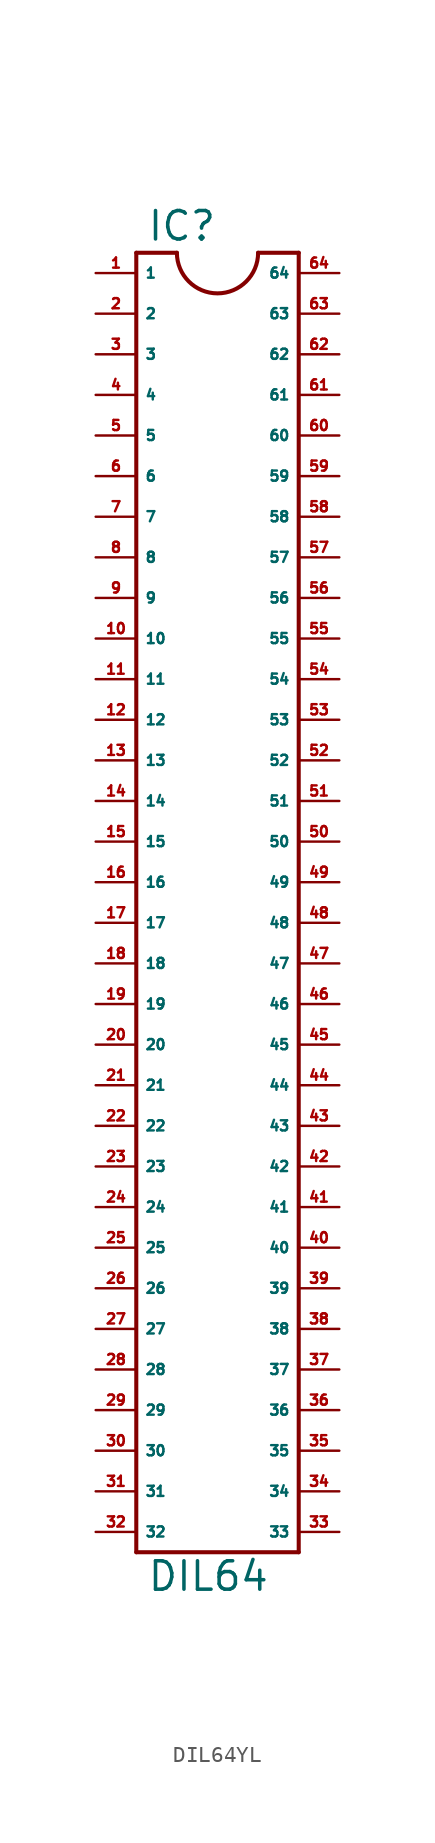
<source format=kicad_sym>
(kicad_symbol_lib
  (version 20220914)
  (generator Eagle2Kicad)
  (symbol "DIL64YL"
    (property "Reference" "IC"
      (at -4.445 40.005 0)
      (effects (font (size 1.778 1.778) (thickness 0.22)) (justify left bottom)))
    (property "Value" "DIL64"
      (at -4.445 -44.45 0)
      (effects (font (size 1.778 1.778) (thickness 0.22)) (justify left bottom)))
    (polyline
      (pts (xy -5.08 39.37) (xy -5.08 -41.91))
      (stroke (width 0.254) (type default))
      (fill (type none)))
    (polyline
      (pts (xy -5.08 -41.91) (xy 5.08 -41.91))
      (stroke (width 0.254) (type default))
      (fill (type none)))
    (polyline
      (pts (xy 5.08 -41.91) (xy 5.08 39.37))
      (stroke (width 0.254) (type default))
      (fill (type none)))
    (polyline
      (pts (xy 5.08 39.37) (xy 2.54 39.37))
      (stroke (width 0.254) (type default))
      (fill (type none)))
    (polyline
      (pts (xy -5.08 39.37) (xy -2.54 39.37))
      (stroke (width 0.254) (type default))
      (fill (type none)))
    (arc
      (start -2.54 39.37)
      (mid 0.000 36.830)
      (end 2.54 39.37)
      (stroke (width 0.254) (type default))
      (fill (type none)))
    (pin passive line
      (at -7.62 38.1 0)
      (length 2.54)
      (name "1" (effects (font (size 0.635 0.635) (thickness 0.08)) (justify left bottom)))
      (number "1" (effects (font (size 0.635 0.635) (thickness 0.08)) (justify left bottom))))
    (pin passive line
      (at -7.62 35.56 0)
      (length 2.54)
      (name "2" (effects (font (size 0.635 0.635) (thickness 0.08)) (justify left bottom)))
      (number "2" (effects (font (size 0.635 0.635) (thickness 0.08)) (justify left bottom))))
    (pin passive line
      (at -7.62 33.02 0)
      (length 2.54)
      (name "3" (effects (font (size 0.635 0.635) (thickness 0.08)) (justify left bottom)))
      (number "3" (effects (font (size 0.635 0.635) (thickness 0.08)) (justify left bottom))))
    (pin passive line
      (at -7.62 30.48 0)
      (length 2.54)
      (name "4" (effects (font (size 0.635 0.635) (thickness 0.08)) (justify left bottom)))
      (number "4" (effects (font (size 0.635 0.635) (thickness 0.08)) (justify left bottom))))
    (pin passive line
      (at -7.62 27.94 0)
      (length 2.54)
      (name "5" (effects (font (size 0.635 0.635) (thickness 0.08)) (justify left bottom)))
      (number "5" (effects (font (size 0.635 0.635) (thickness 0.08)) (justify left bottom))))
    (pin passive line
      (at -7.62 25.4 0)
      (length 2.54)
      (name "6" (effects (font (size 0.635 0.635) (thickness 0.08)) (justify left bottom)))
      (number "6" (effects (font (size 0.635 0.635) (thickness 0.08)) (justify left bottom))))
    (pin passive line
      (at -7.62 22.86 0)
      (length 2.54)
      (name "7" (effects (font (size 0.635 0.635) (thickness 0.08)) (justify left bottom)))
      (number "7" (effects (font (size 0.635 0.635) (thickness 0.08)) (justify left bottom))))
    (pin passive line
      (at -7.62 20.32 0)
      (length 2.54)
      (name "8" (effects (font (size 0.635 0.635) (thickness 0.08)) (justify left bottom)))
      (number "8" (effects (font (size 0.635 0.635) (thickness 0.08)) (justify left bottom))))
    (pin passive line
      (at -7.62 17.78 0)
      (length 2.54)
      (name "9" (effects (font (size 0.635 0.635) (thickness 0.08)) (justify left bottom)))
      (number "9" (effects (font (size 0.635 0.635) (thickness 0.08)) (justify left bottom))))
    (pin passive line
      (at -7.62 15.24 0)
      (length 2.54)
      (name "10" (effects (font (size 0.635 0.635) (thickness 0.08)) (justify left bottom)))
      (number "10" (effects (font (size 0.635 0.635) (thickness 0.08)) (justify left bottom))))
    (pin passive line
      (at -7.62 12.7 0)
      (length 2.54)
      (name "11" (effects (font (size 0.635 0.635) (thickness 0.08)) (justify left bottom)))
      (number "11" (effects (font (size 0.635 0.635) (thickness 0.08)) (justify left bottom))))
    (pin passive line
      (at -7.62 10.16 0)
      (length 2.54)
      (name "12" (effects (font (size 0.635 0.635) (thickness 0.08)) (justify left bottom)))
      (number "12" (effects (font (size 0.635 0.635) (thickness 0.08)) (justify left bottom))))
    (pin passive line
      (at -7.62 7.62 0)
      (length 2.54)
      (name "13" (effects (font (size 0.635 0.635) (thickness 0.08)) (justify left bottom)))
      (number "13" (effects (font (size 0.635 0.635) (thickness 0.08)) (justify left bottom))))
    (pin passive line
      (at -7.62 5.08 0)
      (length 2.54)
      (name "14" (effects (font (size 0.635 0.635) (thickness 0.08)) (justify left bottom)))
      (number "14" (effects (font (size 0.635 0.635) (thickness 0.08)) (justify left bottom))))
    (pin passive line
      (at -7.62 2.54 0)
      (length 2.54)
      (name "15" (effects (font (size 0.635 0.635) (thickness 0.08)) (justify left bottom)))
      (number "15" (effects (font (size 0.635 0.635) (thickness 0.08)) (justify left bottom))))
    (pin passive line
      (at -7.62 0 0)
      (length 2.54)
      (name "16" (effects (font (size 0.635 0.635) (thickness 0.08)) (justify left bottom)))
      (number "16" (effects (font (size 0.635 0.635) (thickness 0.08)) (justify left bottom))))
    (pin passive line
      (at -7.62 -2.54 0)
      (length 2.54)
      (name "17" (effects (font (size 0.635 0.635) (thickness 0.08)) (justify left bottom)))
      (number "17" (effects (font (size 0.635 0.635) (thickness 0.08)) (justify left bottom))))
    (pin passive line
      (at -7.62 -5.08 0)
      (length 2.54)
      (name "18" (effects (font (size 0.635 0.635) (thickness 0.08)) (justify left bottom)))
      (number "18" (effects (font (size 0.635 0.635) (thickness 0.08)) (justify left bottom))))
    (pin passive line
      (at -7.62 -7.62 0)
      (length 2.54)
      (name "19" (effects (font (size 0.635 0.635) (thickness 0.08)) (justify left bottom)))
      (number "19" (effects (font (size 0.635 0.635) (thickness 0.08)) (justify left bottom))))
    (pin passive line
      (at -7.62 -10.16 0)
      (length 2.54)
      (name "20" (effects (font (size 0.635 0.635) (thickness 0.08)) (justify left bottom)))
      (number "20" (effects (font (size 0.635 0.635) (thickness 0.08)) (justify left bottom))))
    (pin passive line
      (at -7.62 -12.7 0)
      (length 2.54)
      (name "21" (effects (font (size 0.635 0.635) (thickness 0.08)) (justify left bottom)))
      (number "21" (effects (font (size 0.635 0.635) (thickness 0.08)) (justify left bottom))))
    (pin passive line
      (at -7.62 -15.24 0)
      (length 2.54)
      (name "22" (effects (font (size 0.635 0.635) (thickness 0.08)) (justify left bottom)))
      (number "22" (effects (font (size 0.635 0.635) (thickness 0.08)) (justify left bottom))))
    (pin passive line
      (at -7.62 -17.78 0)
      (length 2.54)
      (name "23" (effects (font (size 0.635 0.635) (thickness 0.08)) (justify left bottom)))
      (number "23" (effects (font (size 0.635 0.635) (thickness 0.08)) (justify left bottom))))
    (pin passive line
      (at -7.62 -20.32 0)
      (length 2.54)
      (name "24" (effects (font (size 0.635 0.635) (thickness 0.08)) (justify left bottom)))
      (number "24" (effects (font (size 0.635 0.635) (thickness 0.08)) (justify left bottom))))
    (pin passive line
      (at -7.62 -22.86 0)
      (length 2.54)
      (name "25" (effects (font (size 0.635 0.635) (thickness 0.08)) (justify left bottom)))
      (number "25" (effects (font (size 0.635 0.635) (thickness 0.08)) (justify left bottom))))
    (pin passive line
      (at -7.62 -25.4 0)
      (length 2.54)
      (name "26" (effects (font (size 0.635 0.635) (thickness 0.08)) (justify left bottom)))
      (number "26" (effects (font (size 0.635 0.635) (thickness 0.08)) (justify left bottom))))
    (pin passive line
      (at -7.62 -27.94 0)
      (length 2.54)
      (name "27" (effects (font (size 0.635 0.635) (thickness 0.08)) (justify left bottom)))
      (number "27" (effects (font (size 0.635 0.635) (thickness 0.08)) (justify left bottom))))
    (pin passive line
      (at -7.62 -30.48 0)
      (length 2.54)
      (name "28" (effects (font (size 0.635 0.635) (thickness 0.08)) (justify left bottom)))
      (number "28" (effects (font (size 0.635 0.635) (thickness 0.08)) (justify left bottom))))
    (pin passive line
      (at -7.62 -33.02 0)
      (length 2.54)
      (name "29" (effects (font (size 0.635 0.635) (thickness 0.08)) (justify left bottom)))
      (number "29" (effects (font (size 0.635 0.635) (thickness 0.08)) (justify left bottom))))
    (pin passive line
      (at -7.62 -35.56 0)
      (length 2.54)
      (name "30" (effects (font (size 0.635 0.635) (thickness 0.08)) (justify left bottom)))
      (number "30" (effects (font (size 0.635 0.635) (thickness 0.08)) (justify left bottom))))
    (pin passive line
      (at -7.62 -38.1 0)
      (length 2.54)
      (name "31" (effects (font (size 0.635 0.635) (thickness 0.08)) (justify left bottom)))
      (number "31" (effects (font (size 0.635 0.635) (thickness 0.08)) (justify left bottom))))
    (pin passive line
      (at -7.62 -40.64 0)
      (length 2.54)
      (name "32" (effects (font (size 0.635 0.635) (thickness 0.08)) (justify left bottom)))
      (number "32" (effects (font (size 0.635 0.635) (thickness 0.08)) (justify left bottom))))
    (pin passive line
      (at 7.62 -40.64 180)
      (length 2.54)
      (name "33" (effects (font (size 0.635 0.635) (thickness 0.08)) (justify left bottom)))
      (number "33" (effects (font (size 0.635 0.635) (thickness 0.08)) (justify left bottom))))
    (pin passive line
      (at 7.62 -38.1 180)
      (length 2.54)
      (name "34" (effects (font (size 0.635 0.635) (thickness 0.08)) (justify left bottom)))
      (number "34" (effects (font (size 0.635 0.635) (thickness 0.08)) (justify left bottom))))
    (pin passive line
      (at 7.62 -35.56 180)
      (length 2.54)
      (name "35" (effects (font (size 0.635 0.635) (thickness 0.08)) (justify left bottom)))
      (number "35" (effects (font (size 0.635 0.635) (thickness 0.08)) (justify left bottom))))
    (pin passive line
      (at 7.62 -33.02 180)
      (length 2.54)
      (name "36" (effects (font (size 0.635 0.635) (thickness 0.08)) (justify left bottom)))
      (number "36" (effects (font (size 0.635 0.635) (thickness 0.08)) (justify left bottom))))
    (pin passive line
      (at 7.62 -30.48 180)
      (length 2.54)
      (name "37" (effects (font (size 0.635 0.635) (thickness 0.08)) (justify left bottom)))
      (number "37" (effects (font (size 0.635 0.635) (thickness 0.08)) (justify left bottom))))
    (pin passive line
      (at 7.62 -27.94 180)
      (length 2.54)
      (name "38" (effects (font (size 0.635 0.635) (thickness 0.08)) (justify left bottom)))
      (number "38" (effects (font (size 0.635 0.635) (thickness 0.08)) (justify left bottom))))
    (pin passive line
      (at 7.62 -25.4 180)
      (length 2.54)
      (name "39" (effects (font (size 0.635 0.635) (thickness 0.08)) (justify left bottom)))
      (number "39" (effects (font (size 0.635 0.635) (thickness 0.08)) (justify left bottom))))
    (pin passive line
      (at 7.62 -22.86 180)
      (length 2.54)
      (name "40" (effects (font (size 0.635 0.635) (thickness 0.08)) (justify left bottom)))
      (number "40" (effects (font (size 0.635 0.635) (thickness 0.08)) (justify left bottom))))
    (pin passive line
      (at 7.62 -20.32 180)
      (length 2.54)
      (name "41" (effects (font (size 0.635 0.635) (thickness 0.08)) (justify left bottom)))
      (number "41" (effects (font (size 0.635 0.635) (thickness 0.08)) (justify left bottom))))
    (pin passive line
      (at 7.62 -17.78 180)
      (length 2.54)
      (name "42" (effects (font (size 0.635 0.635) (thickness 0.08)) (justify left bottom)))
      (number "42" (effects (font (size 0.635 0.635) (thickness 0.08)) (justify left bottom))))
    (pin passive line
      (at 7.62 -15.24 180)
      (length 2.54)
      (name "43" (effects (font (size 0.635 0.635) (thickness 0.08)) (justify left bottom)))
      (number "43" (effects (font (size 0.635 0.635) (thickness 0.08)) (justify left bottom))))
    (pin passive line
      (at 7.62 -12.7 180)
      (length 2.54)
      (name "44" (effects (font (size 0.635 0.635) (thickness 0.08)) (justify left bottom)))
      (number "44" (effects (font (size 0.635 0.635) (thickness 0.08)) (justify left bottom))))
    (pin passive line
      (at 7.62 -10.16 180)
      (length 2.54)
      (name "45" (effects (font (size 0.635 0.635) (thickness 0.08)) (justify left bottom)))
      (number "45" (effects (font (size 0.635 0.635) (thickness 0.08)) (justify left bottom))))
    (pin passive line
      (at 7.62 -7.62 180)
      (length 2.54)
      (name "46" (effects (font (size 0.635 0.635) (thickness 0.08)) (justify left bottom)))
      (number "46" (effects (font (size 0.635 0.635) (thickness 0.08)) (justify left bottom))))
    (pin passive line
      (at 7.62 -5.08 180)
      (length 2.54)
      (name "47" (effects (font (size 0.635 0.635) (thickness 0.08)) (justify left bottom)))
      (number "47" (effects (font (size 0.635 0.635) (thickness 0.08)) (justify left bottom))))
    (pin passive line
      (at 7.62 -2.54 180)
      (length 2.54)
      (name "48" (effects (font (size 0.635 0.635) (thickness 0.08)) (justify left bottom)))
      (number "48" (effects (font (size 0.635 0.635) (thickness 0.08)) (justify left bottom))))
    (pin passive line
      (at 7.62 0 180)
      (length 2.54)
      (name "49" (effects (font (size 0.635 0.635) (thickness 0.08)) (justify left bottom)))
      (number "49" (effects (font (size 0.635 0.635) (thickness 0.08)) (justify left bottom))))
    (pin passive line
      (at 7.62 2.54 180)
      (length 2.54)
      (name "50" (effects (font (size 0.635 0.635) (thickness 0.08)) (justify left bottom)))
      (number "50" (effects (font (size 0.635 0.635) (thickness 0.08)) (justify left bottom))))
    (pin passive line
      (at 7.62 5.08 180)
      (length 2.54)
      (name "51" (effects (font (size 0.635 0.635) (thickness 0.08)) (justify left bottom)))
      (number "51" (effects (font (size 0.635 0.635) (thickness 0.08)) (justify left bottom))))
    (pin passive line
      (at 7.62 7.62 180)
      (length 2.54)
      (name "52" (effects (font (size 0.635 0.635) (thickness 0.08)) (justify left bottom)))
      (number "52" (effects (font (size 0.635 0.635) (thickness 0.08)) (justify left bottom))))
    (pin passive line
      (at 7.62 10.16 180)
      (length 2.54)
      (name "53" (effects (font (size 0.635 0.635) (thickness 0.08)) (justify left bottom)))
      (number "53" (effects (font (size 0.635 0.635) (thickness 0.08)) (justify left bottom))))
    (pin passive line
      (at 7.62 12.7 180)
      (length 2.54)
      (name "54" (effects (font (size 0.635 0.635) (thickness 0.08)) (justify left bottom)))
      (number "54" (effects (font (size 0.635 0.635) (thickness 0.08)) (justify left bottom))))
    (pin passive line
      (at 7.62 15.24 180)
      (length 2.54)
      (name "55" (effects (font (size 0.635 0.635) (thickness 0.08)) (justify left bottom)))
      (number "55" (effects (font (size 0.635 0.635) (thickness 0.08)) (justify left bottom))))
    (pin passive line
      (at 7.62 17.78 180)
      (length 2.54)
      (name "56" (effects (font (size 0.635 0.635) (thickness 0.08)) (justify left bottom)))
      (number "56" (effects (font (size 0.635 0.635) (thickness 0.08)) (justify left bottom))))
    (pin passive line
      (at 7.62 20.32 180)
      (length 2.54)
      (name "57" (effects (font (size 0.635 0.635) (thickness 0.08)) (justify left bottom)))
      (number "57" (effects (font (size 0.635 0.635) (thickness 0.08)) (justify left bottom))))
    (pin passive line
      (at 7.62 22.86 180)
      (length 2.54)
      (name "58" (effects (font (size 0.635 0.635) (thickness 0.08)) (justify left bottom)))
      (number "58" (effects (font (size 0.635 0.635) (thickness 0.08)) (justify left bottom))))
    (pin passive line
      (at 7.62 25.4 180)
      (length 2.54)
      (name "59" (effects (font (size 0.635 0.635) (thickness 0.08)) (justify left bottom)))
      (number "59" (effects (font (size 0.635 0.635) (thickness 0.08)) (justify left bottom))))
    (pin passive line
      (at 7.62 27.94 180)
      (length 2.54)
      (name "60" (effects (font (size 0.635 0.635) (thickness 0.08)) (justify left bottom)))
      (number "60" (effects (font (size 0.635 0.635) (thickness 0.08)) (justify left bottom))))
    (pin passive line
      (at 7.62 30.48 180)
      (length 2.54)
      (name "61" (effects (font (size 0.635 0.635) (thickness 0.08)) (justify left bottom)))
      (number "61" (effects (font (size 0.635 0.635) (thickness 0.08)) (justify left bottom))))
    (pin passive line
      (at 7.62 33.02 180)
      (length 2.54)
      (name "62" (effects (font (size 0.635 0.635) (thickness 0.08)) (justify left bottom)))
      (number "62" (effects (font (size 0.635 0.635) (thickness 0.08)) (justify left bottom))))
    (pin passive line
      (at 7.62 35.56 180)
      (length 2.54)
      (name "63" (effects (font (size 0.635 0.635) (thickness 0.08)) (justify left bottom)))
      (number "63" (effects (font (size 0.635 0.635) (thickness 0.08)) (justify left bottom))))
    (pin passive line
      (at 7.62 38.1 180)
      (length 2.54)
      (name "64" (effects (font (size 0.635 0.635) (thickness 0.08)) (justify left bottom)))
      (number "64" (effects (font (size 0.635 0.635) (thickness 0.08)) (justify left bottom))))))
</source>
